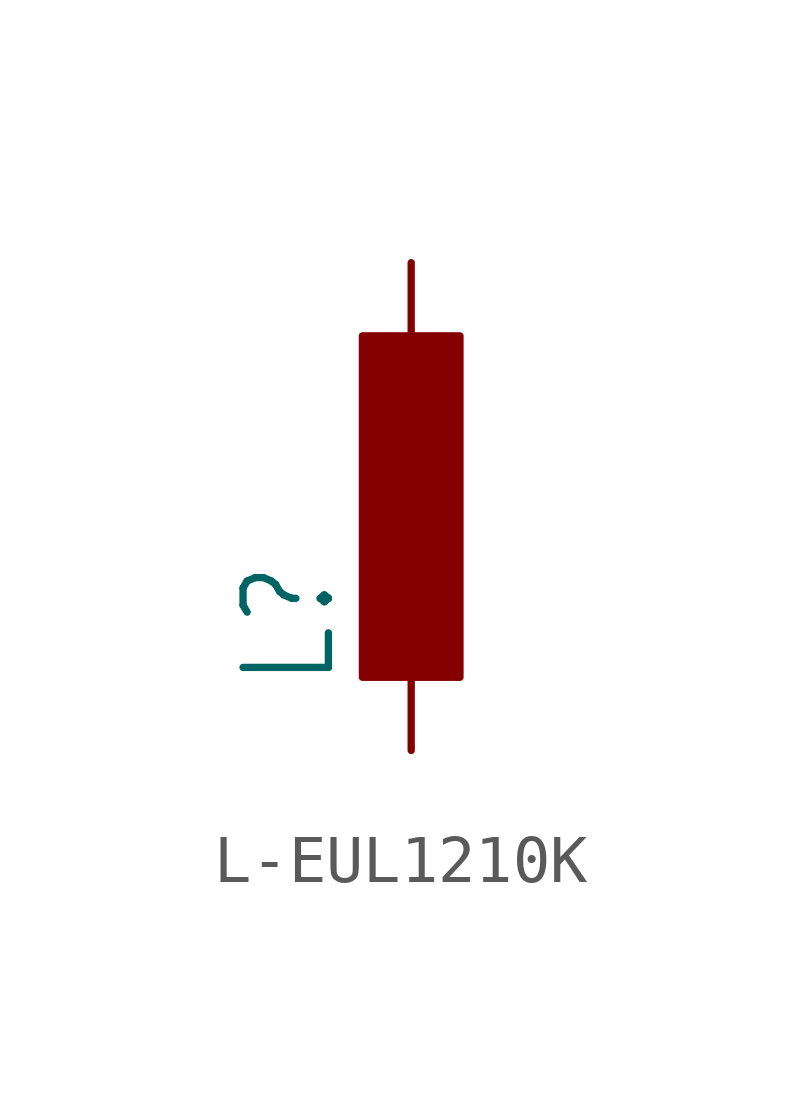
<source format=kicad_sym>
(kicad_symbol_lib
  (version 20241209)
  (generator "kicad_symbol_editor")
  (generator_version "9.0")
  (symbol "L-EUL1210K"
    (property "Reference" "L"
      (at -1.499 -3.81 90)
      (effects (font (size 1.778 1.511)) (justify left bottom)))
    (property "Value" ""
      (at 3.302 -3.81 90)
      (effects (font (size 1.778 1.511)) (justify left bottom)))
    (property "ki_locked" ""
      (at 0 0 0)
      (effects (font (size 1.27 1.27))))
    (symbol "L-EUL1210K_1_0"
      (rectangle (start -1.016 -3.556) (end 1.016 3.556) (stroke (width 0) (type default)) (fill (type outline)))
      (pin passive line (at 0 5.08 270) (length 2.54) (name "1" (effects (font (size 0 0)))) (number "1" (effects (font (size 0 0)))))
      (pin passive line (at 0 -5.08 90) (length 2.54) (name "2" (effects (font (size 0 0)))) (number "2" (effects (font (size 0 0))))))))
</source>
